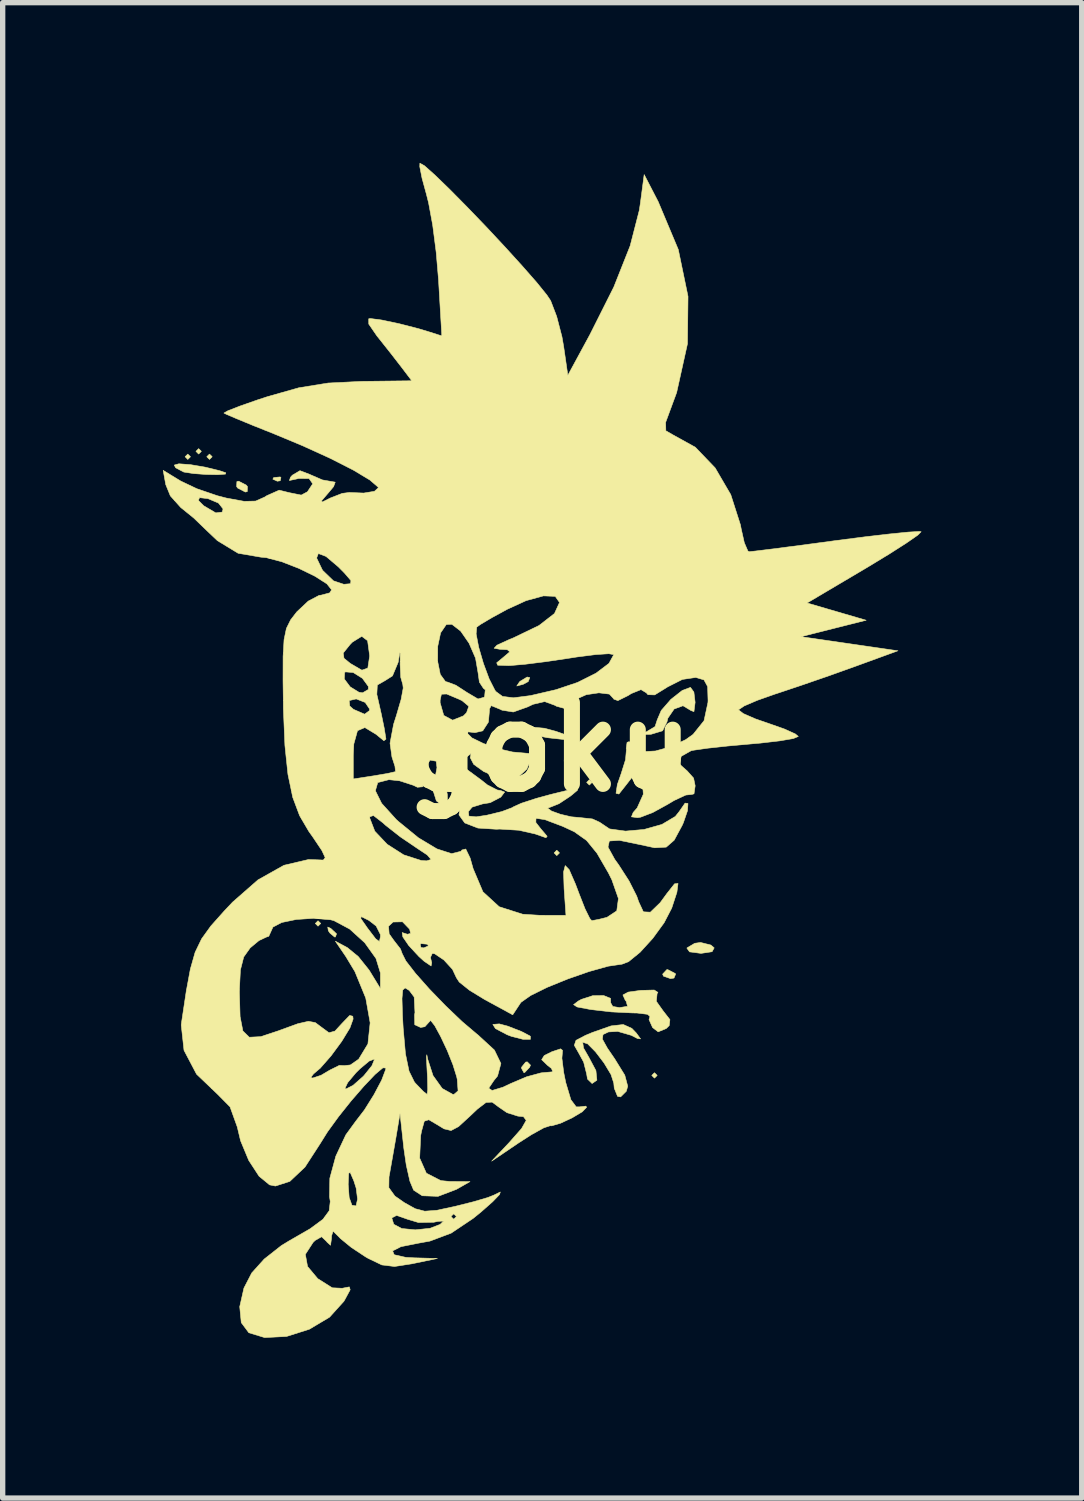
<source format=kicad_pcb>
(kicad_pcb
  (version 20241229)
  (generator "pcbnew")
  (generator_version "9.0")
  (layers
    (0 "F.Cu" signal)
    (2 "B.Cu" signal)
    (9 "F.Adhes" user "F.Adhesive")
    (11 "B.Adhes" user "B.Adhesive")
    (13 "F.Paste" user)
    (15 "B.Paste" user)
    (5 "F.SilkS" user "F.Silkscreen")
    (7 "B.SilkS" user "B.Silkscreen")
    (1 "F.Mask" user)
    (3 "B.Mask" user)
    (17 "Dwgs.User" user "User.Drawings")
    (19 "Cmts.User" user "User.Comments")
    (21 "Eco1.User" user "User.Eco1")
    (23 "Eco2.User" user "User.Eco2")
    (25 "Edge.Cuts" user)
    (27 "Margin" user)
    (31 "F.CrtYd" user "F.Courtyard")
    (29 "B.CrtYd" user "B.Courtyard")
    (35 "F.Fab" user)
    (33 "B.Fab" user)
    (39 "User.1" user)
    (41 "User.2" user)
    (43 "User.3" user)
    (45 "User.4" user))
  (footprint "goku"
    (layer "F.Cu")
    (at 7.222 10.937)
    (property "Reference" "goku" (at 0 0 0) (layer "F.SilkS") (effects (font (size 1.524 1.524) (thickness 0.3))))
    (attr through_hole)
    (fp_poly (pts (xy -6.706 -5.436) (xy -6.756 -5.385) (xy -6.807 -5.436) (xy -6.756 -5.486) (xy -6.706 -5.436)) (stroke (width 0.01) (type solid)) (fill yes) (layer "F.SilkS"))
    (fp_poly (pts (xy -6.502 -5.537) (xy -6.553 -5.486) (xy -6.604 -5.537) (xy -6.553 -5.588) (xy -6.502 -5.537)) (stroke (width 0.01) (type solid)) (fill yes) (layer "F.SilkS"))
    (fp_poly (pts (xy -6.299 -5.436) (xy -6.35 -5.385) (xy -6.401 -5.436) (xy -6.35 -5.486) (xy -6.299 -5.436)) (stroke (width 0.01) (type solid)) (fill yes) (layer "F.SilkS"))
    (fp_poly (pts (xy -4.267 3.302) (xy -4.318 3.353) (xy -4.369 3.302) (xy -4.318 3.251) (xy -4.267 3.302)) (stroke (width 0.01) (type solid)) (fill yes) (layer "F.SilkS"))
    (fp_poly (pts (xy 0.203 1.981) (xy 0.152 2.032) (xy 0.102 1.981) (xy 0.152 1.93) (xy 0.203 1.981)) (stroke (width 0.01) (type solid)) (fill yes) (layer "F.SilkS"))
    (fp_poly (pts (xy 0.813 0.66) (xy 0.762 0.711) (xy 0.711 0.66) (xy 0.762 0.61) (xy 0.813 0.66)) (stroke (width 0.01) (type solid)) (fill yes) (layer "F.SilkS"))
    (fp_poly (pts (xy 2.032 6.147) (xy 1.981 6.198) (xy 1.93 6.147) (xy 1.981 6.096) (xy 2.032 6.147)) (stroke (width 0.01) (type solid)) (fill yes) (layer "F.SilkS"))
    (fp_poly (pts (xy -5.012 -5.046) (xy -5.026 -4.986) (xy -5.08 -4.978) (xy -5.164 -5.016) (xy -5.148 -5.046) (xy -5.027 -5.058) (xy -5.012 -5.046)) (stroke (width 0.01) (type solid)) (fill yes) (layer "F.SilkS"))
    (fp_poly (pts (xy -4.08 3.394) (xy -3.971 3.496) (xy -3.993 3.555) (xy -4.007 3.556) (xy -4.093 3.484) (xy -4.125 3.439) (xy -4.136 3.369) (xy -4.08 3.394)) (stroke (width 0.01) (type solid)) (fill yes) (layer "F.SilkS"))
    (fp_poly (pts (xy -0.353 -1.301) (xy -0.383 -1.226) (xy -0.478 -1.175) (xy -0.597 -1.144) (xy -0.548 -1.218) (xy -0.535 -1.232) (xy -0.402 -1.312) (xy -0.353 -1.301)) (stroke (width 0.01) (type solid)) (fill yes) (layer "F.SilkS"))
    (fp_poly (pts (xy -5.66 -4.904) (xy -5.639 -4.877) (xy -5.643 -4.783) (xy -5.678 -4.775) (xy -5.821 -4.849) (xy -5.842 -4.877) (xy -5.837 -4.971) (xy -5.803 -4.978) (xy -5.66 -4.904)) (stroke (width 0.01) (type solid)) (fill yes) (layer "F.SilkS"))
    (fp_poly (pts (xy -0.34 5.955) (xy -0.356 5.994) (xy -0.447 6.091) (xy -0.463 6.096) (xy -0.507 6.017) (xy -0.508 5.994) (xy -0.43 5.897) (xy -0.4 5.893) (xy -0.34 5.955)) (stroke (width 0.01) (type solid)) (fill yes) (layer "F.SilkS"))
    (fp_poly (pts (xy 2.369 4.238) (xy 2.377 4.25) (xy 2.346 4.324) (xy 2.282 4.335) (xy 2.149 4.288) (xy 2.134 4.25) (xy 2.211 4.167) (xy 2.229 4.166) (xy 2.369 4.238)) (stroke (width 0.01) (type solid)) (fill yes) (layer "F.SilkS"))
    (fp_poly (pts (xy 3.037 3.706) (xy 3.099 3.759) (xy 3.059 3.831) (xy 2.86 3.861) (xy 2.845 3.861) (xy 2.638 3.834) (xy 2.588 3.764) (xy 2.591 3.759) (xy 2.735 3.673) (xy 2.845 3.658) (xy 3.037 3.706)) (stroke (width 0.01) (type solid)) (fill yes) (layer "F.SilkS"))
    (fp_poly (pts (xy -0.762 5.226) (xy -0.511 5.324) (xy -0.352 5.407) (xy -0.341 5.417) (xy -0.342 5.472) (xy -0.48 5.471) (xy -0.696 5.416) (xy -0.777 5.385) (xy -0.996 5.27) (xy -1.045 5.192) (xy -0.925 5.182) (xy -0.762 5.226)) (stroke (width 0.01) (type solid)) (fill yes) (layer "F.SilkS"))
    (fp_poly (pts (xy -6.707 -5.288) (xy -6.43 -5.241) (xy -6.158 -5.174) (xy -6.045 -5.136) (xy -6.051 -5.111) (xy -6.196 -5.1) (xy -6.416 -5.104) (xy -6.648 -5.121) (xy -6.829 -5.149) (xy -6.833 -5.15) (xy -6.983 -5.229) (xy -7.01 -5.28) (xy -6.923 -5.304) (xy -6.707 -5.288)) (stroke (width 0.01) (type solid)) (fill yes) (layer "F.SilkS"))
    (fp_poly (pts (xy -0.08 -0.353) (xy -0.076 -0.352) (xy 0.136 -0.295) (xy 0.339 -0.222) (xy 0.482 -0.157) (xy 0.513 -0.12) (xy 0.457 -0.122) (xy 0.296 -0.141) (xy 0.029 -0.17) (xy -0.025 -0.176) (xy -0.27 -0.226) (xy -0.4 -0.3) (xy -0.406 -0.319) (xy -0.318 -0.375) (xy -0.08 -0.353)) (stroke (width 0.01) (type solid)) (fill yes) (layer "F.SilkS"))
    (fp_poly (pts (xy 2.719 -1.03) (xy 2.742 -0.838) (xy 2.72 -0.664) (xy 2.659 -0.686) (xy 2.657 -0.689) (xy 2.515 -0.774) (xy 2.349 -0.713) (xy 2.231 -0.54) (xy 2.216 -0.474) (xy 2.133 -0.305) (xy 1.918 -0.24) (xy 1.88 -0.238) (xy 1.715 -0.236) (xy 1.751 -0.258) (xy 1.803 -0.27) (xy 1.992 -0.384) (xy 2.032 -0.508) (xy 2.108 -0.686) (xy 2.289 -0.894) (xy 2.502 -1.061) (xy 2.655 -1.118) (xy 2.719 -1.03)) (stroke (width 0.01) (type solid)) (fill yes) (layer "F.SilkS"))
    (fp_poly (pts (xy 2.046 4.592) (xy 2.03 4.615) (xy 2.016 4.76) (xy 2.138 4.932) (xy 2.27 5.102) (xy 2.257 5.214) (xy 2.201 5.269) (xy 2.05 5.331) (xy 1.945 5.25) (xy 1.879 5.101) (xy 1.897 5.045) (xy 1.852 5.003) (xy 1.658 4.979) (xy 1.566 4.977) (xy 1.177 4.958) (xy 0.786 4.913) (xy 0.775 4.911) (xy 0.532 4.865) (xy 0.466 4.822) (xy 0.554 4.755) (xy 0.613 4.723) (xy 0.825 4.654) (xy 1.029 4.651) (xy 1.159 4.704) (xy 1.161 4.787) (xy 1.2 4.856) (xy 1.327 4.877) (xy 1.477 4.853) (xy 1.452 4.761) (xy 1.432 4.735) (xy 1.39 4.641) (xy 1.489 4.587) (xy 1.721 4.555) (xy 1.976 4.548) (xy 2.046 4.592)) (stroke (width 0.01) (type solid)) (fill yes) (layer "F.SilkS"))
    (fp_poly (pts (xy 1.557 5.266) (xy 1.639 5.351) (xy 1.721 5.463) (xy 1.663 5.456) (xy 1.546 5.396) (xy 1.294 5.323) (xy 1.119 5.333) (xy 1.017 5.382) (xy 1.006 5.468) (xy 1.099 5.636) (xy 1.236 5.836) (xy 1.425 6.142) (xy 1.48 6.348) (xy 1.454 6.443) (xy 1.347 6.549) (xy 1.29 6.539) (xy 1.228 6.386) (xy 1.219 6.29) (xy 1.167 6.13) (xy 1.038 5.916) (xy 0.878 5.706) (xy 0.73 5.556) (xy 0.638 5.526) (xy 0.637 5.526) (xy 0.653 5.634) (xy 0.752 5.807) (xy 0.885 6.057) (xy 0.903 6.236) (xy 0.813 6.299) (xy 0.727 6.215) (xy 0.711 6.119) (xy 0.655 5.897) (xy 0.56 5.723) (xy 0.48 5.583) (xy 0.512 5.49) (xy 0.689 5.397) (xy 0.816 5.344) (xy 1.168 5.22) (xy 1.397 5.194) (xy 1.557 5.266)) (stroke (width 0.01) (type solid)) (fill yes) (layer "F.SilkS"))
    (fp_poly (pts (xy -2.325 -10.884) (xy -2.132 -10.712) (xy -1.857 -10.446) (xy -1.529 -10.114) (xy -1.174 -9.745) (xy -0.82 -9.366) (xy -0.494 -9.007) (xy -0.222 -8.697) (xy -0.033 -8.463) (xy 0.037 -8.358) (xy 0.15 -8.063) (xy 0.249 -7.682) (xy 0.281 -7.498) (xy 0.359 -6.96) (xy 0.772 -7.722) (xy 1.22 -8.614) (xy 1.526 -9.385) (xy 1.697 -10.05) (xy 1.717 -10.183) (xy 1.788 -10.719) (xy 2.051 -10.211) (xy 2.427 -9.315) (xy 2.609 -8.437) (xy 2.599 -7.553) (xy 2.396 -6.638) (xy 2.19 -6.08) (xy 2.194 -5.922) (xy 2.33 -5.844) (xy 2.746 -5.614) (xy 3.117 -5.227) (xy 3.409 -4.727) (xy 3.591 -4.159) (xy 3.604 -4.089) (xy 3.663 -3.826) (xy 3.729 -3.673) (xy 3.752 -3.658) (xy 3.875 -3.671) (xy 4.162 -3.706) (xy 4.578 -3.76) (xy 5.084 -3.827) (xy 5.38 -3.867) (xy 5.917 -3.936) (xy 6.379 -3.99) (xy 6.731 -4.025) (xy 6.937 -4.037) (xy 6.974 -4.032) (xy 6.909 -3.967) (xy 6.7 -3.822) (xy 6.378 -3.616) (xy 5.975 -3.371) (xy 5.928 -3.343) (xy 4.838 -2.698) (xy 5.944 -2.375) (xy 4.724 -2.067) (xy 5.632 -1.935) (xy 6.539 -1.803) (xy 5.733 -1.509) (xy 5.241 -1.333) (xy 4.713 -1.151) (xy 4.259 -0.999) (xy 4.242 -0.994) (xy 3.905 -0.875) (xy 3.66 -0.77) (xy 3.557 -0.7) (xy 3.556 -0.696) (xy 3.645 -0.627) (xy 3.874 -0.527) (xy 4.115 -0.444) (xy 4.416 -0.338) (xy 4.619 -0.246) (xy 4.674 -0.199) (xy 4.58 -0.16) (xy 4.329 -0.117) (xy 3.967 -0.075) (xy 3.785 -0.059) (xy 3.352 -0.02) (xy 2.975 0.021) (xy 2.717 0.058) (xy 2.667 0.068) (xy 2.481 0.173) (xy 2.451 0.32) (xy 2.589 0.442) (xy 2.591 0.443) (xy 2.713 0.58) (xy 2.743 0.725) (xy 2.721 0.875) (xy 2.681 0.886) (xy 2.567 0.898) (xy 2.348 1) (xy 2.226 1.073) (xy 1.951 1.224) (xy 1.722 1.312) (xy 1.663 1.321) (xy 1.55 1.306) (xy 1.582 1.225) (xy 1.657 1.139) (xy 1.772 0.883) (xy 1.762 0.733) (xy 1.682 0.542) (xy 1.576 0.546) (xy 1.44 0.721) (xy 1.315 0.879) (xy 1.261 0.865) (xy 1.286 0.701) (xy 1.357 0.498) (xy 1.439 0.236) (xy 1.456 0.043) (xy 1.452 0.025) (xy 1.468 -0.089) (xy 1.507 -0.102) (xy 1.63 -0.022) (xy 1.648 0.015) (xy 1.765 0.085) (xy 1.999 0.073) (xy 2.287 -0.007) (xy 2.567 -0.14) (xy 2.704 -0.238) (xy 2.909 -0.494) (xy 2.982 -0.834) (xy 2.984 -0.869) (xy 2.976 -1.133) (xy 2.908 -1.258) (xy 2.755 -1.304) (xy 2.504 -1.267) (xy 2.225 -1.126) (xy 2.209 -1.115) (xy 1.985 -0.977) (xy 1.859 -0.981) (xy 1.83 -1.015) (xy 1.729 -1.076) (xy 1.548 -1.003) (xy 1.486 -0.964) (xy 1.296 -0.87) (xy 1.219 -0.898) (xy 1.219 -0.903) (xy 1.137 -0.992) (xy 0.94 -1.016) (xy 0.704 -0.981) (xy 0.505 -0.892) (xy 0.449 -0.838) (xy 0.314 -0.719) (xy 0.149 -0.764) (xy 0.115 -0.783) (xy -0.074 -0.852) (xy -0.292 -0.801) (xy -0.395 -0.752) (xy -0.662 -0.657) (xy -0.873 -0.691) (xy -0.917 -0.712) (xy -1.075 -0.776) (xy -1.11 -0.713) (xy -1.108 -0.693) (xy -1.128 -0.468) (xy -1.234 -0.304) (xy -1.379 -0.271) (xy -1.38 -0.271) (xy -1.506 -0.285) (xy -1.524 -0.26) (xy -1.436 -0.172) (xy -1.22 -0.067) (xy -0.943 0.03) (xy -0.676 0.092) (xy -0.562 0.102) (xy -0.36 0.12) (xy -0.319 0.21) (xy -0.41 0.413) (xy -0.581 0.573) (xy -0.72 0.61) (xy -0.967 0.566) (xy -1.215 0.458) (xy -1.403 0.323) (xy -1.469 0.196) (xy -1.462 0.173) (xy -1.453 0.119) (xy -1.534 0.185) (xy -1.616 0.304) (xy -1.535 0.415) (xy -1.473 0.461) (xy -1.261 0.617) (xy -1.147 0.708) (xy -0.962 0.803) (xy -0.898 0.813) (xy -0.824 0.842) (xy -0.896 0.937) (xy -1.096 1.041) (xy -1.238 1.064) (xy -1.433 1.124) (xy -1.503 1.208) (xy -1.494 1.292) (xy -1.358 1.306) (xy -1.156 1.275) (xy -0.877 1.207) (xy -0.683 1.134) (xy -0.66 1.119) (xy -0.513 1.052) (xy -0.234 0.961) (xy 0.044 0.885) (xy 0.371 0.805) (xy 0.528 0.777) (xy 0.541 0.806) (xy 0.439 0.893) (xy 0.4 0.923) (xy 0.193 1.06) (xy 0.051 1.117) (xy -0.02 1.143) (xy 0.053 1.197) (xy 0.218 1.257) (xy 0.423 1.305) (xy 0.578 1.319) (xy 0.819 1.345) (xy 0.955 1.407) (xy 0.957 1.409) (xy 1.14 1.532) (xy 1.439 1.573) (xy 1.787 1.542) (xy 2.12 1.448) (xy 2.371 1.299) (xy 2.445 1.206) (xy 2.554 1.049) (xy 2.608 1.055) (xy 2.6 1.189) (xy 2.522 1.416) (xy 2.5 1.465) (xy 2.35 1.743) (xy 2.201 1.873) (xy 1.984 1.885) (xy 1.688 1.821) (xy 1.324 1.746) (xy 1.136 1.758) (xy 1.111 1.872) (xy 1.236 2.1) (xy 1.312 2.206) (xy 1.506 2.508) (xy 1.649 2.791) (xy 1.685 2.895) (xy 1.773 3.084) (xy 1.904 3.091) (xy 2.088 2.913) (xy 2.21 2.746) (xy 2.357 2.56) (xy 2.422 2.553) (xy 2.401 2.718) (xy 2.304 3.014) (xy 2.162 3.288) (xy 1.949 3.581) (xy 1.711 3.842) (xy 1.495 4.018) (xy 1.374 4.064) (xy 1.115 4.102) (xy 0.757 4.202) (xy 0.358 4.341) (xy -0.026 4.497) (xy -0.336 4.65) (xy -0.515 4.776) (xy -0.528 4.792) (xy -0.673 5.012) (xy -1.2 4.725) (xy -1.483 4.552) (xy -1.674 4.399) (xy -1.727 4.318) (xy -1.8 4.162) (xy -1.962 3.985) (xy -2.132 3.871) (xy -2.178 3.861) (xy -2.213 3.938) (xy -2.189 4.038) (xy -2.201 4.098) (xy -2.333 4.008) (xy -2.432 3.918) (xy -2.62 3.715) (xy -2.636 3.691) (xy -2.405 3.691) (xy -2.391 3.752) (xy -2.337 3.759) (xy -2.253 3.722) (xy -2.269 3.691) (xy -2.39 3.679) (xy -2.405 3.691) (xy -2.636 3.691) (xy -2.73 3.554) (xy -2.743 3.472) (xy -2.643 3.504) (xy -2.585 3.488) (xy -2.603 3.409) (xy -2.736 3.271) (xy -2.912 3.275) (xy -2.998 3.354) (xy -2.986 3.497) (xy -2.902 3.615) (xy -2.774 3.78) (xy -2.743 3.865) (xy -2.674 4.003) (xy -2.491 4.239) (xy -2.23 4.533) (xy -1.927 4.846) (xy -1.62 5.139) (xy -1.344 5.373) (xy -1.328 5.385) (xy -1.016 5.672) (xy -0.894 5.924) (xy -0.957 6.158) (xy -1.026 6.243) (xy -1.122 6.386) (xy -1.059 6.429) (xy -0.854 6.367) (xy -0.715 6.301) (xy -0.411 6.172) (xy -0.142 6.099) (xy -0.08 6.093) (xy 0.079 6.079) (xy 0.052 6.016) (xy -0.024 5.956) (xy -0.131 5.852) (xy -0.083 5.775) (xy 0.059 5.704) (xy 0.224 5.649) (xy 0.261 5.679) (xy 0.26 5.68) (xy 0.248 5.825) (xy 0.282 6.094) (xy 0.32 6.281) (xy 0.416 6.602) (xy 0.516 6.736) (xy 0.574 6.736) (xy 0.696 6.722) (xy 0.711 6.743) (xy 0.629 6.828) (xy 0.438 6.942) (xy 0.22 7.043) (xy 0.055 7.091) (xy 0.028 7.089) (xy -0.091 7.128) (xy -0.322 7.256) (xy -0.559 7.408) (xy -1.067 7.752) (xy -0.737 7.402) (xy -0.506 7.14) (xy -0.42 6.988) (xy -0.472 6.919) (xy -0.576 6.909) (xy -0.781 6.844) (xy -0.934 6.739) (xy -1.058 6.647) (xy -1.172 6.653) (xy -1.334 6.777) (xy -1.47 6.906) (xy -1.687 7.105) (xy -1.827 7.179) (xy -1.959 7.147) (xy -2.073 7.077) (xy -2.243 6.977) (xy -2.328 7.003) (xy -2.379 7.187) (xy -2.396 7.273) (xy -2.415 7.695) (xy -2.29 7.977) (xy -2.02 8.116) (xy -1.856 8.132) (xy -1.473 8.135) (xy -1.727 8.28) (xy -2.071 8.411) (xy -2.367 8.4) (xy -2.528 8.295) (xy -2.598 8.127) (xy -2.666 7.825) (xy -2.712 7.508) (xy -2.783 6.858) (xy -2.86 7.315) (xy -2.921 7.664) (xy -2.976 7.976) (xy -2.989 8.046) (xy -2.992 8.249) (xy -2.878 8.406) (xy -2.7 8.53) (xy -2.497 8.643) (xy -2.32 8.689) (xy -2.095 8.672) (xy -1.749 8.598) (xy -1.746 8.597) (xy -1.404 8.511) (xy -1.139 8.433) (xy -1.024 8.387) (xy -0.905 8.329) (xy -0.92 8.378) (xy -1.049 8.512) (xy -1.27 8.707) (xy -1.413 8.823) (xy -1.826 9.1) (xy -2.224 9.249) (xy -2.429 9.286) (xy -2.765 9.353) (xy -2.921 9.432) (xy -2.893 9.504) (xy -2.676 9.553) (xy -2.515 9.562) (xy -2.083 9.574) (xy -2.562 9.674) (xy -2.886 9.724) (xy -3.123 9.695) (xy -3.381 9.571) (xy -3.426 9.545) (xy -3.695 9.367) (xy -3.899 9.2) (xy -3.937 9.16) (xy -4.036 9.063) (xy -4.064 9.149) (xy -4.066 9.201) (xy -4.084 9.327) (xy -4.151 9.266) (xy -4.158 9.255) (xy -4.251 9.167) (xy -4.372 9.236) (xy -4.41 9.273) (xy -4.555 9.497) (xy -4.514 9.724) (xy -4.323 9.952) (xy -4.052 10.123) (xy -3.866 10.132) (xy -3.732 10.106) (xy -3.716 10.16) (xy -3.812 10.338) (xy -3.833 10.375) (xy -4.102 10.673) (xy -4.481 10.899) (xy -4.907 11.034) (xy -5.317 11.055) (xy -5.613 10.965) (xy -5.755 10.775) (xy -5.784 10.477) (xy -5.705 10.128) (xy -5.559 9.845) (xy -5.326 9.586) (xy -5.006 9.334) (xy -4.862 9.246) (xy -4.466 9.018) (xy -4.225 8.84) (xy -4.207 8.815) (xy -2.937 8.815) (xy -2.9 8.934) (xy -2.751 9.013) (xy -2.496 9.038) (xy -2.221 9.009) (xy -2.032 8.936) (xy -1.967 8.873) (xy -2.076 8.88) (xy -2.15 8.896) (xy -2.438 8.901) (xy -2.641 8.84) (xy -2.788 8.788) (xy -1.829 8.788) (xy -1.778 8.839) (xy -1.727 8.788) (xy -1.778 8.738) (xy -1.829 8.788) (xy -2.788 8.788) (xy -2.847 8.768) (xy -2.937 8.815) (xy -4.207 8.815) (xy -4.109 8.681) (xy -4.089 8.506) (xy -4.103 8.417) (xy -4.099 8.187) (xy -3.753 8.187) (xy -3.735 8.432) (xy -3.683 8.577) (xy -3.606 8.59) (xy -3.578 8.463) (xy -3.604 8.257) (xy -3.647 8.122) (xy -3.716 7.963) (xy -3.744 7.98) (xy -3.753 8.187) (xy -3.753 8.187) (xy -4.099 8.187) (xy -4.097 8.072) (xy -3.985 7.659) (xy -3.797 7.259) (xy -3.617 7.012) (xy -3.449 6.793) (xy -3.272 6.51) (xy -3.126 6.234) (xy -3.051 6.035) (xy -3.048 6.008) (xy -3.104 6.005) (xy -3.251 6.129) (xy -3.458 6.347) (xy -3.696 6.621) (xy -3.933 6.918) (xy -4.14 7.203) (xy -4.281 7.429) (xy -4.562 7.863) (xy -4.846 8.131) (xy -5.116 8.218) (xy -5.225 8.196) (xy -5.422 8.034) (xy -5.615 7.738) (xy -5.768 7.37) (xy -5.83 7.111) (xy -5.965 6.736) (xy -6.191 6.507) (xy -6.314 6.389) (xy -3.813 6.389) (xy -3.796 6.401) (xy -3.662 6.333) (xy -3.474 6.167) (xy -3.455 6.147) (xy -3.309 5.965) (xy -3.263 5.851) (xy -3.267 5.843) (xy -3.36 5.878) (xy -3.534 6.024) (xy -3.608 6.097) (xy -3.763 6.282) (xy -3.813 6.389) (xy -6.314 6.389) (xy -6.592 6.124) (xy -6.827 5.677) (xy -6.879 5.203) (xy -6.872 5.149) (xy -6.789 4.597) (xy -5.79 4.597) (xy -5.777 5.045) (xy -5.725 5.314) (xy -5.605 5.432) (xy -5.389 5.421) (xy -5.051 5.309) (xy -5.023 5.298) (xy -4.696 5.179) (xy -4.498 5.134) (xy -4.369 5.158) (xy -4.254 5.244) (xy -4.113 5.348) (xy -4.001 5.317) (xy -3.866 5.17) (xy -3.725 5.024) (xy -3.667 5.039) (xy -3.661 5.091) (xy -3.721 5.258) (xy -3.874 5.509) (xy -4.075 5.782) (xy -4.277 6.012) (xy -4.403 6.119) (xy -4.454 6.186) (xy -4.417 6.196) (xy -4.26 6.144) (xy -4.1 6.049) (xy -3.919 5.959) (xy -3.824 5.963) (xy -3.712 5.951) (xy -3.557 5.843) (xy -3.384 5.557) (xy -3.342 5.162) (xy -3.423 4.707) (xy -2.746 4.707) (xy -2.737 5.02) (xy -2.724 5.258) (xy -2.681 5.743) (xy -2.614 6.067) (xy -2.514 6.27) (xy -2.49 6.298) (xy -2.345 6.448) (xy -2.275 6.502) (xy -2.264 6.411) (xy -2.269 6.18) (xy -2.278 6.02) (xy -2.289 5.805) (xy -2.281 5.76) (xy -2.265 5.842) (xy -2.165 6.15) (xy -1.993 6.391) (xy -1.796 6.501) (xy -1.773 6.502) (xy -1.696 6.436) (xy -1.712 6.218) (xy -1.722 6.172) (xy -1.792 5.947) (xy -1.899 5.68) (xy -2.021 5.421) (xy -2.132 5.217) (xy -2.209 5.118) (xy -2.231 5.139) (xy -2.318 5.235) (xy -2.397 5.249) (xy -2.507 5.198) (xy -2.511 5.015) (xy -2.503 4.97) (xy -2.518 4.679) (xy -2.61 4.556) (xy -2.688 4.508) (xy -2.732 4.548) (xy -2.746 4.707) (xy -3.423 4.707) (xy -3.425 4.697) (xy -3.627 4.204) (xy -3.795 3.925) (xy -3.993 3.634) (xy -3.769 3.754) (xy -3.564 3.922) (xy -3.364 4.172) (xy -3.348 4.197) (xy -3.15 4.521) (xy -3.15 4.228) (xy -3.233 3.957) (xy -3.443 3.663) (xy -3.725 3.407) (xy -4.021 3.249) (xy -4.083 3.233) (xy -4.397 3.206) (xy -3.519 3.206) (xy -3.405 3.37) (xy -3.391 3.39) (xy -3.238 3.59) (xy -3.169 3.64) (xy -3.15 3.553) (xy -3.15 3.509) (xy -3.23 3.35) (xy -3.365 3.245) (xy -3.507 3.174) (xy -3.519 3.206) (xy -4.397 3.206) (xy -4.398 3.206) (xy -4.724 3.227) (xy -4.999 3.284) (xy -5.162 3.37) (xy -5.182 3.414) (xy -5.24 3.542) (xy -5.283 3.556) (xy -5.423 3.622) (xy -5.588 3.759) (xy -5.709 3.929) (xy -5.771 4.172) (xy -5.79 4.547) (xy -5.79 4.597) (xy -6.789 4.597) (xy -6.786 4.575) (xy -6.708 4.155) (xy -6.619 3.842) (xy -6.497 3.589) (xy -6.324 3.349) (xy -6.078 3.073) (xy -5.919 2.904) (xy -5.442 2.486) (xy -4.956 2.213) (xy -4.497 2.105) (xy -4.343 2.11) (xy -4.219 2.115) (xy -4.184 2.069) (xy -4.246 1.936) (xy -4.415 1.684) (xy -4.491 1.577) (xy -4.637 1.328) (xy -3.35 1.328) (xy -3.255 1.575) (xy -3.023 1.82) (xy -2.713 2.018) (xy -2.386 2.123) (xy -2.286 2.13) (xy -2.2 2.104) (xy -2.274 2.019) (xy -2.467 1.891) (xy -2.775 1.682) (xy -3.054 1.463) (xy -3.102 1.419) (xy -3.28 1.281) (xy -3.348 1.304) (xy -3.35 1.328) (xy -4.637 1.328) (xy -4.663 1.283) (xy -4.792 0.939) (xy -4.817 0.817) (xy -3.244 0.817) (xy -3.127 1.053) (xy -2.852 1.357) (xy -2.819 1.387) (xy -2.437 1.699) (xy -2.092 1.906) (xy -1.817 1.995) (xy -1.642 1.951) (xy -1.623 1.926) (xy -1.552 1.908) (xy -1.47 2.078) (xy -1.414 2.276) (xy -1.231 2.709) (xy -0.926 2.989) (xy -0.486 3.129) (xy -0.168 3.149) (xy 0.324 3.15) (xy 0.289 2.651) (xy 0.279 2.337) (xy 0.31 2.218) (xy 0.383 2.293) (xy 0.502 2.565) (xy 0.569 2.743) (xy 0.68 3.026) (xy 0.771 3.21) (xy 0.807 3.25) (xy 0.94 3.225) (xy 1.092 3.187) (xy 1.275 3.066) (xy 1.306 2.835) (xy 1.183 2.484) (xy 1.12 2.358) (xy 0.905 1.987) (xy 0.71 1.748) (xy 0.48 1.585) (xy 0.263 1.484) (xy -0.071 1.358) (xy -0.237 1.333) (xy -0.24 1.411) (xy -0.148 1.529) (xy -0.028 1.67) (xy -0.051 1.697) (xy -0.241 1.63) (xy -0.257 1.625) (xy -0.557 1.557) (xy -0.915 1.535) (xy -0.979 1.538) (xy -1.324 1.516) (xy -1.571 1.42) (xy -1.679 1.27) (xy -1.668 1.183) (xy -1.69 1.019) (xy -1.783 0.861) (xy -1.9 0.725) (xy -1.922 0.757) (xy -1.897 0.889) (xy -1.892 1.081) (xy -1.987 1.098) (xy -2.103 1.006) (xy -2.165 0.809) (xy -2.133 0.607) (xy -2.091 0.385) (xy -2.106 0.264) (xy -2.22 0.244) (xy -2.309 0.377) (xy -2.337 0.568) (xy -2.359 0.743) (xy -2.457 0.752) (xy -2.533 0.715) (xy -2.792 0.631) (xy -2.991 0.61) (xy -3.2 0.664) (xy -3.244 0.817) (xy -4.817 0.817) (xy -4.881 0.511) (xy -4.919 0.152) (xy -3.658 0.152) (xy -3.658 0.597) (xy -3.277 0.538) (xy -3.024 0.495) (xy -2.878 0.462) (xy -2.867 0.457) (xy -2.878 0.358) (xy -2.934 0.185) (xy -2.97 -0.073) (xy -2.903 -0.428) (xy -2.851 -0.59) (xy -2.781 -0.83) (xy -2.032 -0.83) (xy -1.964 -0.593) (xy -1.798 -0.504) (xy -1.595 -0.585) (xy -1.537 -0.644) (xy -1.495 -0.764) (xy -1.621 -0.869) (xy -1.682 -0.898) (xy -1.91 -0.994) (xy -2.008 -0.99) (xy -2.032 -0.877) (xy -2.032 -0.83) (xy -2.781 -0.83) (xy -2.763 -0.89) (xy -2.723 -1.106) (xy -2.731 -1.173) (xy -2.769 -1.305) (xy -2.781 -1.545) (xy -2.781 -1.555) (xy -2.78 -1.603) (xy -2.078 -1.603) (xy -2.029 -1.36) (xy -1.931 -1.226) (xy -1.893 -1.217) (xy -1.737 -1.158) (xy -1.526 -1.021) (xy -1.323 -0.901) (xy -1.209 -0.933) (xy -1.199 -0.947) (xy -1.187 -1.073) (xy -1.222 -1.101) (xy -1.297 -1.216) (xy -1.321 -1.387) (xy -1.369 -1.665) (xy -1.49 -1.944) (xy -1.611 -2.119) (xy -1.358 -2.119) (xy -1.31 -1.87) (xy -1.222 -1.568) (xy -1.114 -1.277) (xy -1.006 -1.065) (xy -0.989 -1.041) (xy -0.864 -0.949) (xy -0.66 -0.923) (xy -0.34 -0.964) (xy 0.133 -1.074) (xy 0.138 -1.075) (xy 0.542 -1.211) (xy 0.887 -1.384) (xy 1.129 -1.567) (xy 1.219 -1.731) (xy 1.127 -1.748) (xy 0.881 -1.732) (xy 0.527 -1.687) (xy 0.381 -1.664) (xy -0.05 -1.6) (xy -0.44 -1.551) (xy -0.716 -1.527) (xy -0.756 -1.526) (xy -0.955 -1.533) (xy -0.973 -1.578) (xy -0.858 -1.673) (xy -0.727 -1.784) (xy -0.774 -1.823) (xy -0.914 -1.831) (xy -1.021 -1.851) (xy -0.968 -1.908) (xy -0.739 -2.013) (xy -0.66 -2.045) (xy -0.181 -2.276) (xy 0.109 -2.501) (xy 0.203 -2.708) (xy 0.123 -2.822) (xy -0.097 -2.831) (xy -0.422 -2.742) (xy -0.772 -2.582) (xy -1.062 -2.424) (xy -1.276 -2.297) (xy -1.347 -2.246) (xy -1.358 -2.119) (xy -1.611 -2.119) (xy -1.649 -2.173) (xy -1.812 -2.299) (xy -1.916 -2.295) (xy -2.023 -2.139) (xy -2.077 -1.886) (xy -2.078 -1.603) (xy -2.78 -1.603) (xy -2.779 -1.76) (xy -2.788 -1.767) (xy -2.817 -1.589) (xy -2.924 -1.333) (xy -3.064 -1.244) (xy -3.208 -1.162) (xy -3.217 -0.986) (xy -3.203 -0.926) (xy -3.133 -0.618) (xy -3.079 -0.356) (xy -3.046 -0.15) (xy -3.085 -0.119) (xy -3.229 -0.237) (xy -3.231 -0.239) (xy -3.441 -0.366) (xy -3.579 -0.307) (xy -3.648 -0.058) (xy -3.658 0.152) (xy -4.919 0.152) (xy -4.938 -0.033) (xy -4.967 -0.727) (xy -4.968 -0.871) (xy -3.735 -0.871) (xy -3.724 -0.769) (xy -3.655 -0.707) (xy -3.445 -0.616) (xy -3.356 -0.682) (xy -3.353 -0.714) (xy -3.435 -0.836) (xy -3.603 -0.902) (xy -3.735 -0.871) (xy -4.968 -0.871) (xy -4.973 -1.237) (xy -4.973 -1.275) (xy -3.826 -1.275) (xy -3.716 -1.128) (xy -3.552 -1.027) (xy -3.484 -1.016) (xy -3.375 -1.079) (xy -3.376 -1.136) (xy -3.487 -1.288) (xy -3.659 -1.396) (xy -3.804 -1.408) (xy -3.82 -1.396) (xy -3.826 -1.275) (xy -4.973 -1.275) (xy -4.972 -1.7) (xy -4.968 -1.761) (xy -3.846 -1.761) (xy -3.832 -1.663) (xy -3.713 -1.566) (xy -3.497 -1.44) (xy -3.386 -1.479) (xy -3.353 -1.694) (xy -3.353 -1.721) (xy -3.39 -1.992) (xy -3.499 -2.074) (xy -3.675 -1.965) (xy -3.719 -1.919) (xy -3.846 -1.761) (xy -4.968 -1.761) (xy -4.954 -2.011) (xy -4.91 -2.222) (xy -4.83 -2.383) (xy -4.715 -2.532) (xy -4.501 -2.733) (xy -4.298 -2.84) (xy -4.258 -2.845) (xy -4.098 -2.888) (xy -4.064 -2.945) (xy -4.152 -3.056) (xy -4.376 -3.199) (xy -4.677 -3.346) (xy -4.999 -3.471) (xy -5.262 -3.54) (xy -4.344 -3.54) (xy -4.241 -3.325) (xy -4.228 -3.305) (xy -4.028 -3.112) (xy -3.835 -3.048) (xy -3.709 -3.059) (xy -3.702 -3.118) (xy -3.825 -3.261) (xy -3.936 -3.373) (xy -4.169 -3.57) (xy -4.312 -3.624) (xy -4.344 -3.54) (xy -5.262 -3.54) (xy -5.281 -3.546) (xy -5.388 -3.556) (xy -5.814 -3.629) (xy -6.202 -3.865) (xy -6.401 -4.054) (xy -6.645 -4.289) (xy -6.883 -4.482) (xy -6.888 -4.486) (xy -7.007 -4.619) (xy -6.559 -4.619) (xy -6.458 -4.518) (xy -6.232 -4.385) (xy -6.111 -4.4) (xy -6.096 -4.46) (xy -6.182 -4.569) (xy -6.379 -4.652) (xy -6.536 -4.67) (xy -6.559 -4.619) (xy -7.007 -4.619) (xy -7.083 -4.704) (xy -7.169 -4.915) (xy -7.217 -5.181) (xy -6.887 -4.98) (xy -6.586 -4.837) (xy -6.203 -4.706) (xy -6.033 -4.662) (xy -5.7 -4.601) (xy -5.486 -4.606) (xy -5.315 -4.682) (xy -5.279 -4.706) (xy -5.045 -4.81) (xy -4.855 -4.763) (xy -4.632 -4.718) (xy -4.516 -4.78) (xy -4.417 -4.93) (xy -4.486 -5.028) (xy -4.683 -5.029) (xy -4.708 -5.022) (xy -4.854 -4.991) (xy -4.833 -5.053) (xy -4.798 -5.091) (xy -4.656 -5.175) (xy -4.474 -5.106) (xy -4.469 -5.103) (xy -4.236 -5.002) (xy -4.1 -4.978) (xy -3.996 -4.96) (xy -4.027 -4.876) (xy -4.124 -4.76) (xy -4.253 -4.61) (xy -4.238 -4.588) (xy -4.088 -4.663) (xy -3.865 -4.75) (xy -3.733 -4.767) (xy -3.462 -4.756) (xy -3.261 -4.789) (xy -3.19 -4.854) (xy -3.195 -4.869) (xy -3.347 -5) (xy -3.655 -5.185) (xy -4.085 -5.404) (xy -4.605 -5.641) (xy -5.118 -5.855) (xy -5.516 -6.014) (xy -5.836 -6.146) (xy -6.035 -6.231) (xy -6.08 -6.254) (xy -6.007 -6.296) (xy -5.781 -6.384) (xy -5.445 -6.502) (xy -5.267 -6.56) (xy -4.678 -6.727) (xy -4.128 -6.816) (xy -3.498 -6.847) (xy -3.491 -6.847) (xy -2.562 -6.858) (xy -2.755 -7.112) (xy -2.95 -7.364) (xy -3.179 -7.653) (xy -3.214 -7.696) (xy -3.368 -7.92) (xy -3.369 -8.019) (xy -3.34 -8.024) (xy -3.122 -7.995) (xy -2.792 -7.925) (xy -2.434 -7.833) (xy -2.245 -7.776) (xy -2 -7.698) (xy -2.062 -8.751) (xy -2.106 -9.266) (xy -2.171 -9.771) (xy -2.248 -10.189) (xy -2.288 -10.348) (xy -2.371 -10.652) (xy -2.413 -10.866) (xy -2.411 -10.932) (xy -2.325 -10.884)) (stroke (width 0.01) (type solid)) (fill yes) (layer "F.SilkS")))
  (gr_rect
    (start -3 -3)
    (end 17.202 24.997)
    (stroke (width 0.1) (type default))
    (fill no)
    (layer "Edge.Cuts")))
</source>
